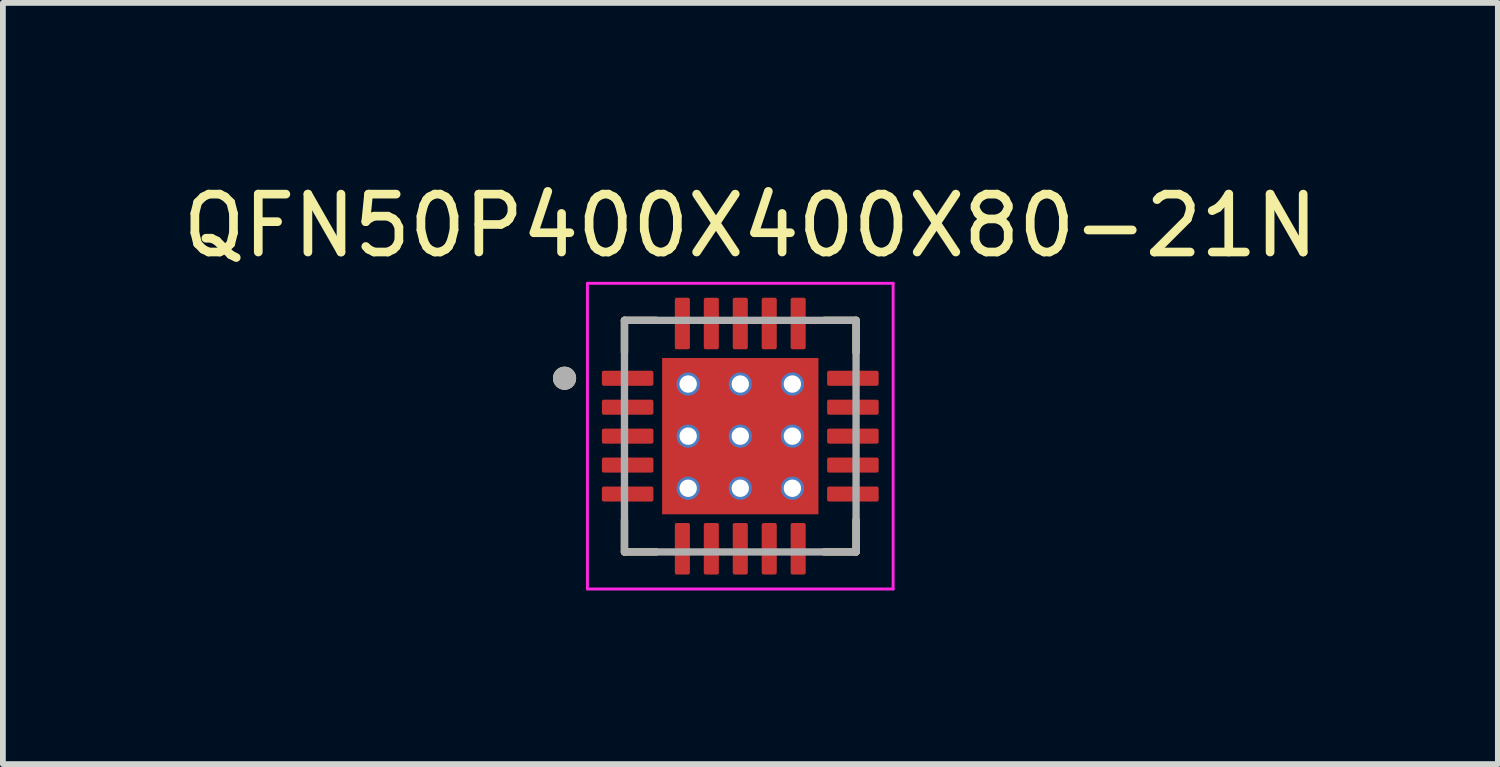
<source format=kicad_pcb>
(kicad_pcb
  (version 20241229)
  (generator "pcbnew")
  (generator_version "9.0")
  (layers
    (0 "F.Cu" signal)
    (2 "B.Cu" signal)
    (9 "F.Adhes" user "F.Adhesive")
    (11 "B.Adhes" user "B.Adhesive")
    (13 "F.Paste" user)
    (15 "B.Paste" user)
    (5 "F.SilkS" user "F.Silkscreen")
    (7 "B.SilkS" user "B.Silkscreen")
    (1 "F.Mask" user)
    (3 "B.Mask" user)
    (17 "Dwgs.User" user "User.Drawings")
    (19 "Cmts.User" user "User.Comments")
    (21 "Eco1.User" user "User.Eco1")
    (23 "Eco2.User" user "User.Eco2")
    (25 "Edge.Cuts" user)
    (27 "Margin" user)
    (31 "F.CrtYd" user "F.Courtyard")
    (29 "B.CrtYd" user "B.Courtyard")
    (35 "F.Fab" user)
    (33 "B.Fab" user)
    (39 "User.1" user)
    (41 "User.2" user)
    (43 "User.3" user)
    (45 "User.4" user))
  (footprint "QFN50P400X400X80-21N"
    (layer "F.Cu")
    (at 9.736 4.483)
    (property "Reference" "QFN50P400X400X80-21N" (at 0.175 -3.635 0) (layer "F.SilkS") (effects (font (size 1 1) (thickness 0.15))))
    (attr smd)
    (fp_line (start -2 -2) (end -2 -1.45) (stroke (width 0.127) (type solid)) (layer "F.SilkS"))
    (fp_line (start -2 -2) (end -1.45 -2) (stroke (width 0.127) (type solid)) (layer "F.SilkS"))
    (fp_line (start -2 2) (end -2 1.45) (stroke (width 0.127) (type solid)) (layer "F.SilkS"))
    (fp_line (start -2 2) (end -1.45 2) (stroke (width 0.127) (type solid)) (layer "F.SilkS"))
    (fp_line (start 2 -2) (end 1.45 -2) (stroke (width 0.127) (type solid)) (layer "F.SilkS"))
    (fp_line (start 2 -2) (end 2 -1.45) (stroke (width 0.127) (type solid)) (layer "F.SilkS"))
    (fp_line (start 2 2) (end 1.45 2) (stroke (width 0.127) (type solid)) (layer "F.SilkS"))
    (fp_line (start 2 2) (end 2 1.45) (stroke (width 0.127) (type solid)) (layer "F.SilkS"))
    (fp_circle (center -3.035 -1) (end -2.935 -1) (stroke (width 0.2) (type solid)) (fill no) (layer "F.SilkS"))
    (fp_poly (pts (xy -0.855 -0.855) (xy 0.855 -0.855) (xy 0.855 0.855) (xy -0.855 0.855)) (stroke (width 0.01) (type solid)) (fill yes) (layer "F.Paste"))
    (fp_line (start -2.64 -2.64) (end 2.64 -2.64) (stroke (width 0.05) (type solid)) (layer "F.CrtYd"))
    (fp_line (start -2.64 2.64) (end -2.64 -2.64) (stroke (width 0.05) (type solid)) (layer "F.CrtYd"))
    (fp_line (start -2.64 2.64) (end 2.64 2.64) (stroke (width 0.05) (type solid)) (layer "F.CrtYd"))
    (fp_line (start 2.64 2.64) (end 2.64 -2.64) (stroke (width 0.05) (type solid)) (layer "F.CrtYd"))
    (fp_line (start -2 2) (end -2 -2) (stroke (width 0.127) (type solid)) (layer "F.Fab"))
    (fp_line (start 2 -2) (end -2 -2) (stroke (width 0.127) (type solid)) (layer "F.Fab"))
    (fp_line (start 2 2) (end -2 2) (stroke (width 0.127) (type solid)) (layer "F.Fab"))
    (fp_line (start 2 2) (end 2 -2) (stroke (width 0.127) (type solid)) (layer "F.Fab"))
    (fp_circle (center -3.035 -1) (end -2.935 -1) (stroke (width 0.2) (type solid)) (fill no) (layer "F.Fab"))
    (pad "1" smd roundrect (at -1.945 -1) (size 0.89 0.26) (layers "F.Cu" "F.Mask" "F.Paste") (roundrect_rratio 0.125))
    (pad "2" smd roundrect (at -1.945 -0.5) (size 0.89 0.26) (layers "F.Cu" "F.Mask" "F.Paste") (roundrect_rratio 0.125))
    (pad "3" smd roundrect (at -1.945 0) (size 0.89 0.26) (layers "F.Cu" "F.Mask" "F.Paste") (roundrect_rratio 0.125))
    (pad "4" smd roundrect (at -1.945 0.5) (size 0.89 0.26) (layers "F.Cu" "F.Mask" "F.Paste") (roundrect_rratio 0.125))
    (pad "5" smd roundrect (at -1.945 1) (size 0.89 0.26) (layers "F.Cu" "F.Mask" "F.Paste") (roundrect_rratio 0.125))
    (pad "6" smd roundrect (at -1 1.945) (size 0.26 0.89) (layers "F.Cu" "F.Mask" "F.Paste") (roundrect_rratio 0.125))
    (pad "7" smd roundrect (at -0.5 1.945) (size 0.26 0.89) (layers "F.Cu" "F.Mask" "F.Paste") (roundrect_rratio 0.125))
    (pad "8" smd roundrect (at 0 1.945) (size 0.26 0.89) (layers "F.Cu" "F.Mask" "F.Paste") (roundrect_rratio 0.125))
    (pad "9" smd roundrect (at 0.5 1.945) (size 0.26 0.89) (layers "F.Cu" "F.Mask" "F.Paste") (roundrect_rratio 0.125))
    (pad "10" smd roundrect (at 1 1.945) (size 0.26 0.89) (layers "F.Cu" "F.Mask" "F.Paste") (roundrect_rratio 0.125))
    (pad "11" smd roundrect (at 1.945 1) (size 0.89 0.26) (layers "F.Cu" "F.Mask" "F.Paste") (roundrect_rratio 0.125))
    (pad "12" smd roundrect (at 1.945 0.5) (size 0.89 0.26) (layers "F.Cu" "F.Mask" "F.Paste") (roundrect_rratio 0.125))
    (pad "13" smd roundrect (at 1.945 0) (size 0.89 0.26) (layers "F.Cu" "F.Mask" "F.Paste") (roundrect_rratio 0.125))
    (pad "14" smd roundrect (at 1.945 -0.5) (size 0.89 0.26) (layers "F.Cu" "F.Mask" "F.Paste") (roundrect_rratio 0.125))
    (pad "15" smd roundrect (at 1.945 -1) (size 0.89 0.26) (layers "F.Cu" "F.Mask" "F.Paste") (roundrect_rratio 0.125))
    (pad "16" smd roundrect (at 1 -1.945) (size 0.26 0.89) (layers "F.Cu" "F.Mask" "F.Paste") (roundrect_rratio 0.125))
    (pad "17" smd roundrect (at 0.5 -1.945) (size 0.26 0.89) (layers "F.Cu" "F.Mask" "F.Paste") (roundrect_rratio 0.125))
    (pad "18" smd roundrect (at 0 -1.945) (size 0.26 0.89) (layers "F.Cu" "F.Mask" "F.Paste") (roundrect_rratio 0.125))
    (pad "19" smd roundrect (at -0.5 -1.945) (size 0.26 0.89) (layers "F.Cu" "F.Mask" "F.Paste") (roundrect_rratio 0.125))
    (pad "20" smd roundrect (at -1 -1.945) (size 0.26 0.89) (layers "F.Cu" "F.Mask" "F.Paste") (roundrect_rratio 0.125))
    (pad "21" smd rect (at 0 0) (size 2.7 2.7) (layers "F.Cu" "F.Mask"))
    (pad "22" thru_hole circle (at -0.9 -0.9) (size 0.4 0.4) (drill 0.3) (layers "*.Cu"))
    (pad "23" thru_hole circle (at 0 -0.9) (size 0.4 0.4) (drill 0.3) (layers "*.Cu"))
    (pad "24" thru_hole circle (at 0.9 -0.9) (size 0.4 0.4) (drill 0.3) (layers "*.Cu"))
    (pad "25" thru_hole circle (at -0.9 0) (size 0.4 0.4) (drill 0.3) (layers "*.Cu"))
    (pad "26" thru_hole circle (at 0 0) (size 0.4 0.4) (drill 0.3) (layers "*.Cu"))
    (pad "27" thru_hole circle (at 0.9 0) (size 0.4 0.4) (drill 0.3) (layers "*.Cu"))
    (pad "28" thru_hole circle (at -0.9 0.9) (size 0.4 0.4) (drill 0.3) (layers "*.Cu"))
    (pad "29" thru_hole circle (at 0 0.9) (size 0.4 0.4) (drill 0.3) (layers "*.Cu"))
    (pad "30" thru_hole circle (at 0.9 0.9) (size 0.4 0.4) (drill 0.3) (layers "*.Cu")))
  (gr_rect
    (start -3 -3)
    (end 22.821 10.148)
    (stroke (width 0.1) (type default))
    (fill no)
    (layer "Edge.Cuts")))
</source>
